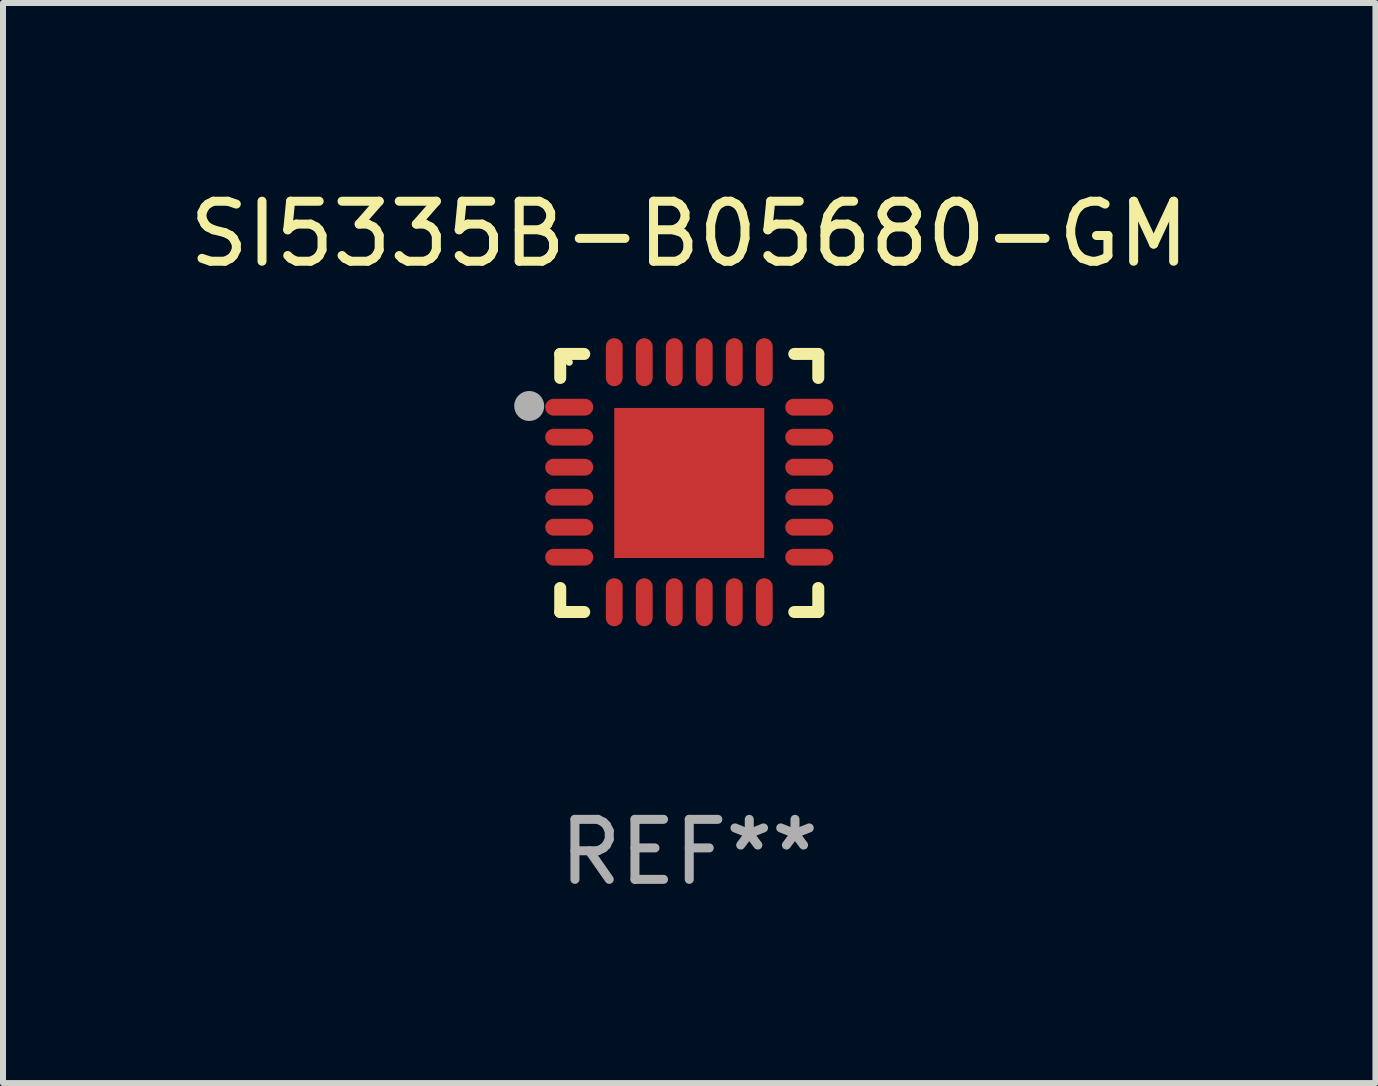
<source format=kicad_pcb>
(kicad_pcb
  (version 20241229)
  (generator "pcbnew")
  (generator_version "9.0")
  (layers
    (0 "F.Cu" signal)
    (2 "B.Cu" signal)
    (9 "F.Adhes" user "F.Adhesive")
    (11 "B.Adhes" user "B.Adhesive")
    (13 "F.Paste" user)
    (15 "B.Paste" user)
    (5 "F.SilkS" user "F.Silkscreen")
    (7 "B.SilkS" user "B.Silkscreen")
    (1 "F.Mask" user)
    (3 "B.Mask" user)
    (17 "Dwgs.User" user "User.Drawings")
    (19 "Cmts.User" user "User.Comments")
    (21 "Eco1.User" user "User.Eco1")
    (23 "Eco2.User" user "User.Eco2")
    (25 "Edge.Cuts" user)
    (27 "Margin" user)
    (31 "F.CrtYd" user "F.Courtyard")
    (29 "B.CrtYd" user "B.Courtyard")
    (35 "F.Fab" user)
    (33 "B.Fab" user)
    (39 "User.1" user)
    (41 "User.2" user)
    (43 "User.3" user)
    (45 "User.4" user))
  (footprint "SI5335B-B05680-GM"
    (layer "F.Cu")
    (at 8.435 4.998)
    (property "Reference" "SI5335B-B05680-GM" (at 0 -4.15 0) (layer "F.SilkS") (effects (font (size 1 1) (thickness 0.15))))
    (attr through_hole)
    (fp_line (start -2.15 -2.15) (end -1.75 -2.15) (stroke (width 0.2) (type solid)) (layer "F.SilkS"))
    (fp_line (start -2.15 -1.75) (end -2.15 -2.15) (stroke (width 0.2) (type solid)) (layer "F.SilkS"))
    (fp_line (start -2.15 2.15) (end -2.15 1.75) (stroke (width 0.2) (type solid)) (layer "F.SilkS"))
    (fp_line (start -1.75 2.15) (end -2.15 2.15) (stroke (width 0.2) (type solid)) (layer "F.SilkS"))
    (fp_line (start 1.75 -2.15) (end 2.15 -2.15) (stroke (width 0.2) (type solid)) (layer "F.SilkS"))
    (fp_line (start 1.75 2.15) (end 2.15 2.15) (stroke (width 0.2) (type solid)) (layer "F.SilkS"))
    (fp_line (start 2.15 -2.15) (end 2.15 -1.75) (stroke (width 0.2) (type solid)) (layer "F.SilkS"))
    (fp_line (start 2.15 2.15) (end 2.15 1.75) (stroke (width 0.2) (type solid)) (layer "F.SilkS"))
    (fp_circle (center -2 -2.013) (end -1.97 -2.013) (stroke (width 0.06) (type solid)) (fill no) (layer "F.SilkS"))
    (fp_circle (center -2.667 -1.283) (end -2.542 -1.283) (stroke (width 0.25) (type solid)) (fill no) (layer "F.Fab"))
    (fp_text user "REF**" (at 0 6.15 0) (layer "F.Fab") (effects (font (size 1 1) (thickness 0.15))))
    (pad "1" smd oval (at -2 -1.263) (size 0.8 0.28) (layers "F.Cu" "F.Mask" "F.Paste"))
    (pad "2" smd oval (at -2 -0.763) (size 0.8 0.28) (layers "F.Cu" "F.Mask" "F.Paste"))
    (pad "3" smd oval (at -2 -0.263) (size 0.8 0.28) (layers "F.Cu" "F.Mask" "F.Paste"))
    (pad "4" smd oval (at -2 0.237) (size 0.8 0.28) (layers "F.Cu" "F.Mask" "F.Paste"))
    (pad "5" smd oval (at -2 0.737) (size 0.8 0.28) (layers "F.Cu" "F.Mask" "F.Paste"))
    (pad "6" smd oval (at -2 1.237) (size 0.8 0.28) (layers "F.Cu" "F.Mask" "F.Paste"))
    (pad "7" smd oval (at -1.25 1.987) (size 0.28 0.8) (layers "F.Cu" "F.Mask" "F.Paste"))
    (pad "8" smd oval (at -0.75 1.987) (size 0.28 0.8) (layers "F.Cu" "F.Mask" "F.Paste"))
    (pad "9" smd oval (at -0.25 1.987) (size 0.28 0.8) (layers "F.Cu" "F.Mask" "F.Paste"))
    (pad "10" smd oval (at 0.25 1.987) (size 0.28 0.8) (layers "F.Cu" "F.Mask" "F.Paste"))
    (pad "11" smd oval (at 0.75 1.987) (size 0.28 0.8) (layers "F.Cu" "F.Mask" "F.Paste"))
    (pad "12" smd oval (at 1.25 1.987) (size 0.28 0.8) (layers "F.Cu" "F.Mask" "F.Paste"))
    (pad "13" smd oval (at 2 1.237) (size 0.8 0.28) (layers "F.Cu" "F.Mask" "F.Paste"))
    (pad "14" smd oval (at 2 0.737) (size 0.8 0.28) (layers "F.Cu" "F.Mask" "F.Paste"))
    (pad "15" smd oval (at 2 0.237) (size 0.8 0.28) (layers "F.Cu" "F.Mask" "F.Paste"))
    (pad "16" smd oval (at 2 -0.263) (size 0.8 0.28) (layers "F.Cu" "F.Mask" "F.Paste"))
    (pad "17" smd oval (at 2 -0.763) (size 0.8 0.28) (layers "F.Cu" "F.Mask" "F.Paste"))
    (pad "18" smd oval (at 2 -1.263) (size 0.8 0.28) (layers "F.Cu" "F.Mask" "F.Paste"))
    (pad "19" smd oval (at 1.25 -2.013) (size 0.28 0.8) (layers "F.Cu" "F.Mask" "F.Paste"))
    (pad "20" smd oval (at 0.75 -2.013) (size 0.28 0.8) (layers "F.Cu" "F.Mask" "F.Paste"))
    (pad "21" smd oval (at 0.25 -2.013) (size 0.28 0.8) (layers "F.Cu" "F.Mask" "F.Paste"))
    (pad "22" smd oval (at -0.25 -2.013) (size 0.28 0.8) (layers "F.Cu" "F.Mask" "F.Paste"))
    (pad "23" smd oval (at -0.75 -2.013) (size 0.28 0.8) (layers "F.Cu" "F.Mask" "F.Paste"))
    (pad "24" smd oval (at -1.25 -2.013) (size 0.28 0.8) (layers "F.Cu" "F.Mask" "F.Paste"))
    (pad "25" smd rect (at -0.000127 -0.00014) (size 2.5 2.5) (layers "F.Cu" "F.Mask" "F.Paste")))
  (gr_rect
    (start -3 -3)
    (end 19.869 14.997)
    (stroke (width 0.1) (type default))
    (fill no)
    (layer "Edge.Cuts")))
</source>
